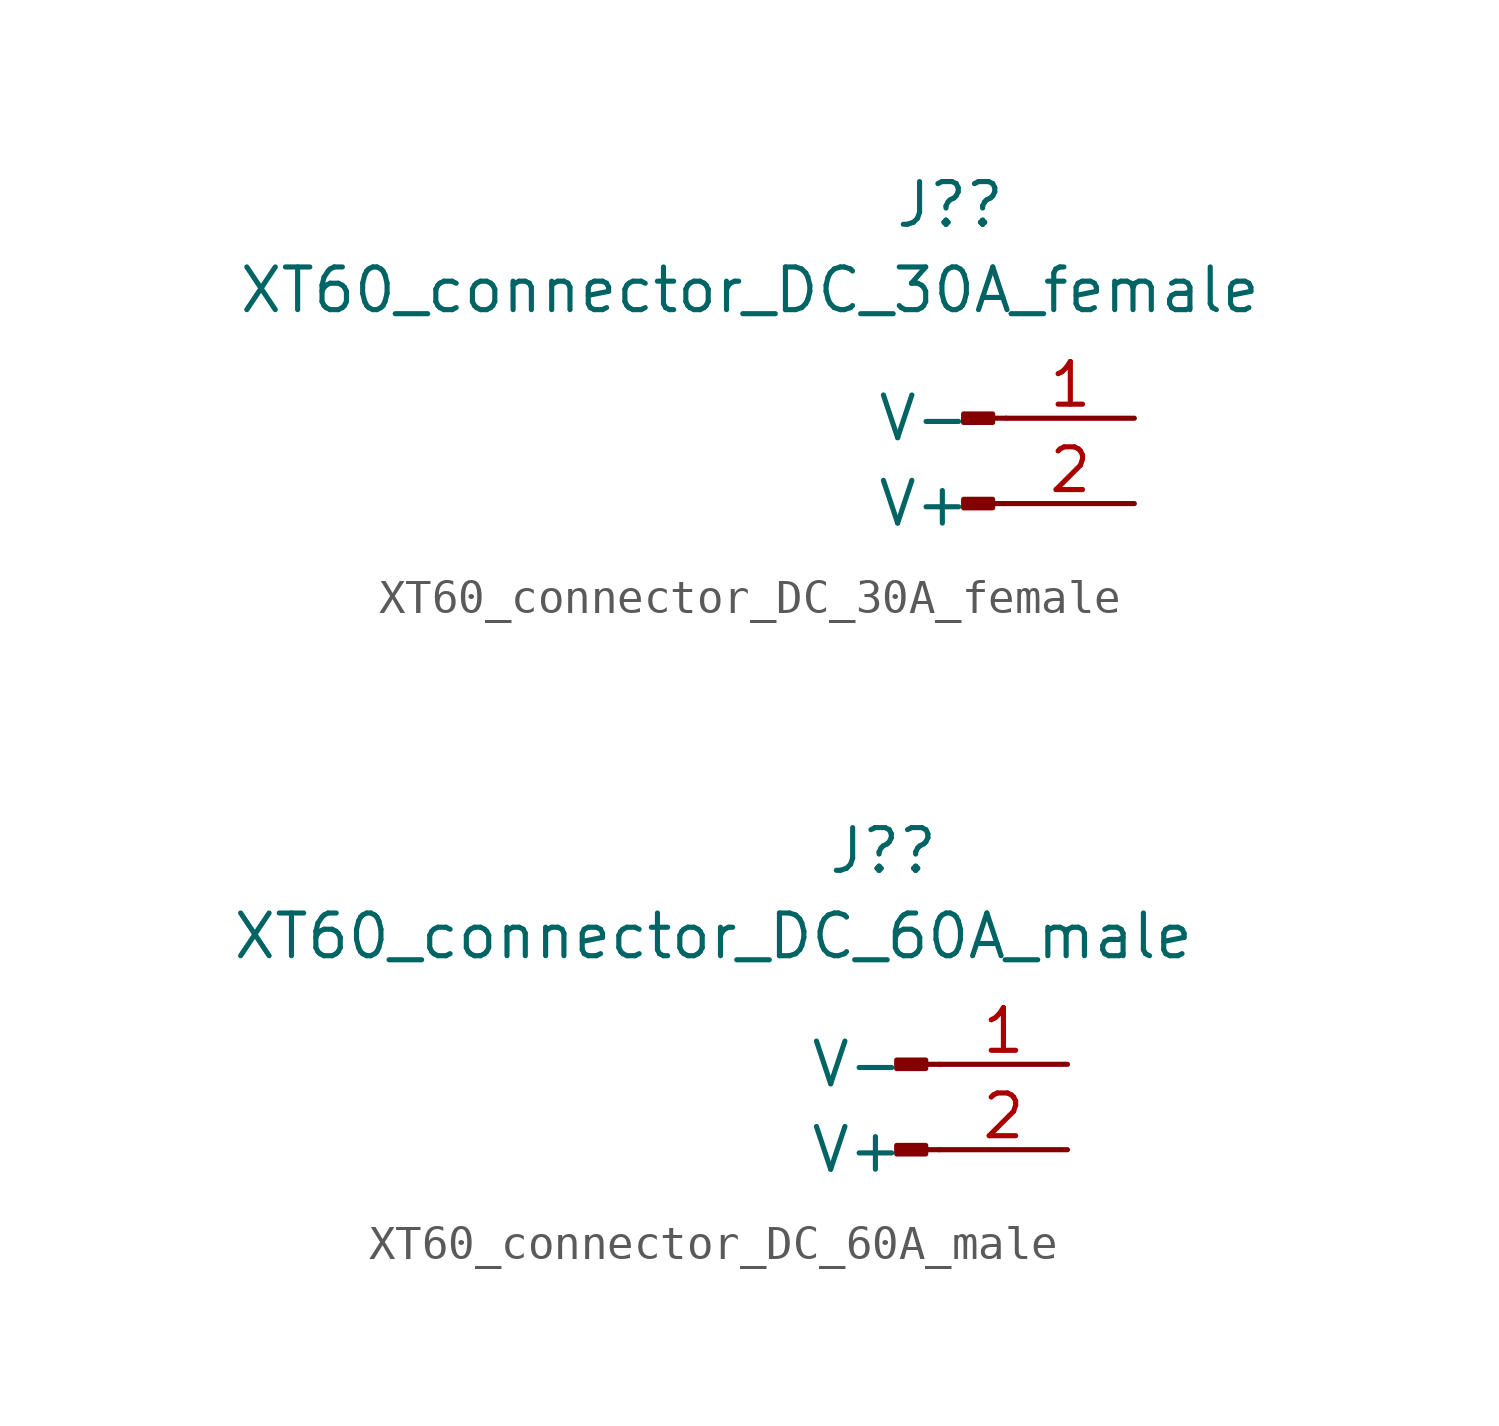
<source format=kicad_sym>
(kicad_symbol_lib
  (version 20211014)
  (generator kicad_symbol_editor)
  (symbol "XT60_connector_DC_30A_female"
    (pin_names
      (offset 1.016))
    (property "Reference" "J?"
      (at 1.27 6.35 0)
      (effects (font (size 1.27 1.27)) (justify right)))
    (property "Value" "XT60_connector_DC_30A_female"
      (at 8.89 3.81 0)
      (effects (font (size 1.27 1.27)) (justify right)))
    (symbol "XT60_connector_DC_30A_female_1_1"
      (polyline (pts (xy 1.27 -2.54) (xy 0.864 -2.54)) (stroke (width 0.152) (type default) (color 0 0 0 0)) (fill (type none)))
      (polyline (pts (xy 1.27 0) (xy 0.864 0)) (stroke (width 0.152) (type default) (color 0 0 0 0)) (fill (type none)))
      (rectangle (start 0.864 -2.413) (end 0 -2.667) (stroke (width 0.152) (type default) (color 0 0 0 0)) (fill (type outline)))
      (rectangle (start 0.864 0.127) (end 0 -0.127) (stroke (width 0.152) (type default) (color 0 0 0 0)) (fill (type outline)))
      (pin passive line (at 5.08 0 180) (length 3.81) (name "V-" (effects (font (size 1.27 1.27)))) (number "1" (effects (font (size 1.27 1.27)))))
      (pin passive line (at 5.08 -2.54 180) (length 3.81) (name "V+" (effects (font (size 1.27 1.27)))) (number "2" (effects (font (size 1.27 1.27)))))))
  (symbol "XT60_connector_DC_60A_male"
    (pin_names
      (offset 1.016))
    (property "Reference" "J?"
      (at 1.27 6.35 0)
      (effects (font (size 1.27 1.27)) (justify right)))
    (property "Value" "XT60_connector_DC_60A_male"
      (at 8.89 3.81 0)
      (effects (font (size 1.27 1.27)) (justify right)))
    (symbol "XT60_connector_DC_60A_male_1_1"
      (polyline (pts (xy 1.27 -2.54) (xy 0.864 -2.54)) (stroke (width 0.152) (type default) (color 0 0 0 0)) (fill (type none)))
      (polyline (pts (xy 1.27 0) (xy 0.864 0)) (stroke (width 0.152) (type default) (color 0 0 0 0)) (fill (type none)))
      (rectangle (start 0.864 -2.413) (end 0 -2.667) (stroke (width 0.152) (type default) (color 0 0 0 0)) (fill (type outline)))
      (rectangle (start 0.864 0.127) (end 0 -0.127) (stroke (width 0.152) (type default) (color 0 0 0 0)) (fill (type outline)))
      (pin passive line (at 5.08 0 180) (length 3.81) (name "V-" (effects (font (size 1.27 1.27)))) (number "1" (effects (font (size 1.27 1.27)))))
      (pin passive line (at 5.08 -2.54 180) (length 3.81) (name "V+" (effects (font (size 1.27 1.27)))) (number "2" (effects (font (size 1.27 1.27))))))))
</source>
